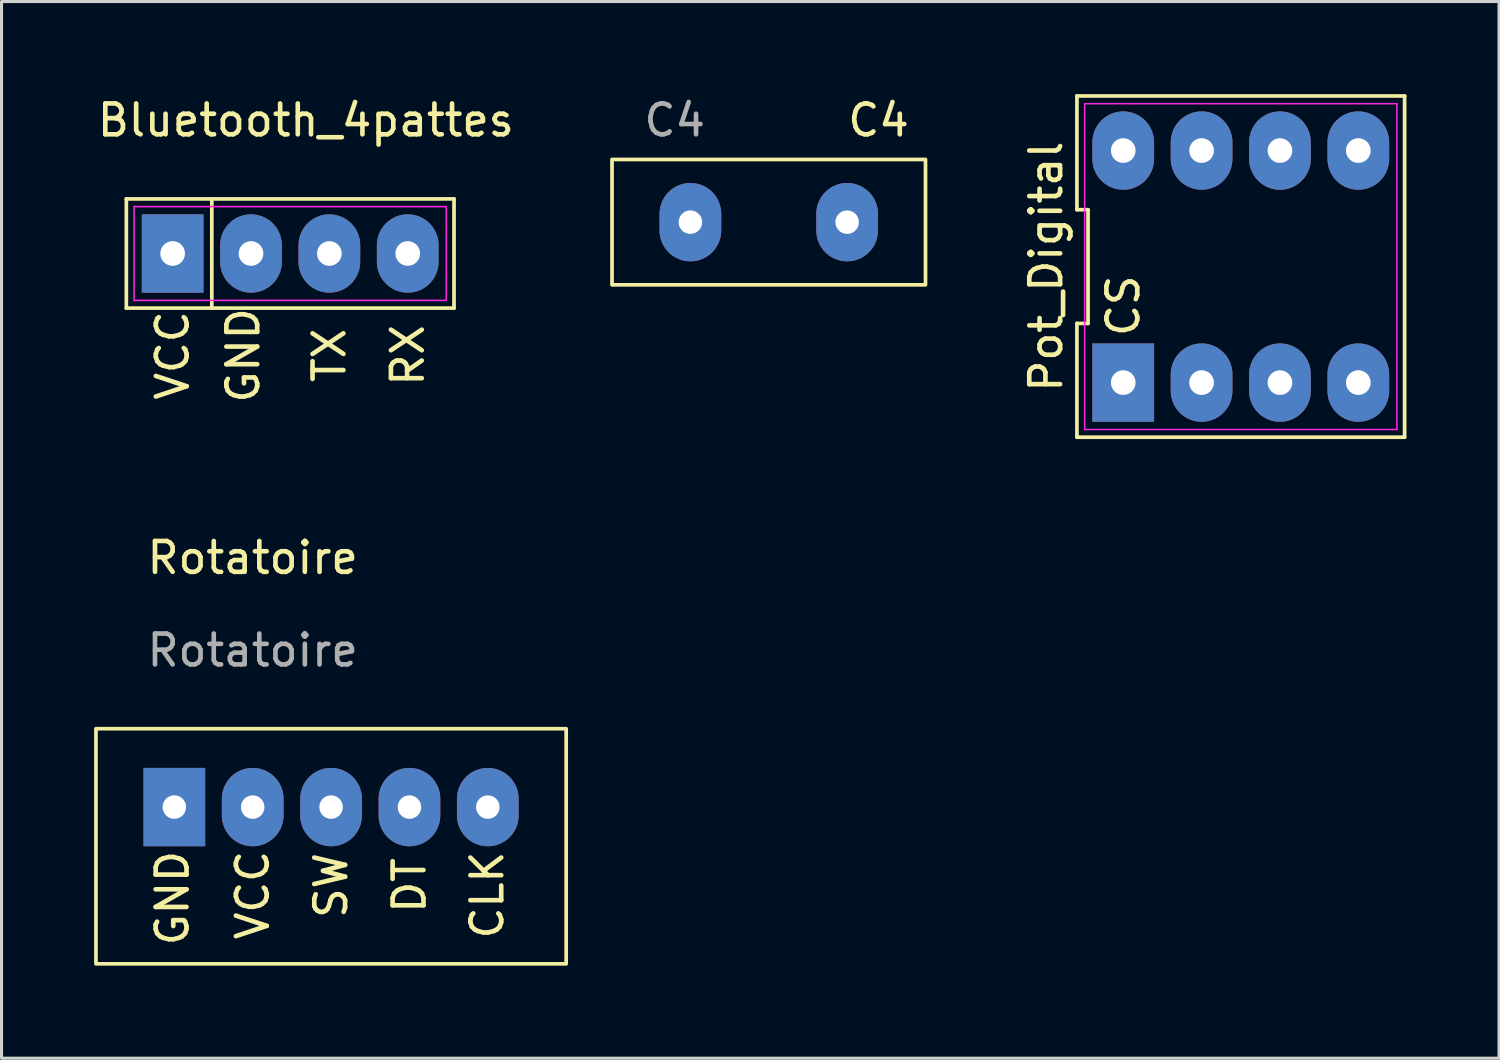
<source format=kicad_pcb>
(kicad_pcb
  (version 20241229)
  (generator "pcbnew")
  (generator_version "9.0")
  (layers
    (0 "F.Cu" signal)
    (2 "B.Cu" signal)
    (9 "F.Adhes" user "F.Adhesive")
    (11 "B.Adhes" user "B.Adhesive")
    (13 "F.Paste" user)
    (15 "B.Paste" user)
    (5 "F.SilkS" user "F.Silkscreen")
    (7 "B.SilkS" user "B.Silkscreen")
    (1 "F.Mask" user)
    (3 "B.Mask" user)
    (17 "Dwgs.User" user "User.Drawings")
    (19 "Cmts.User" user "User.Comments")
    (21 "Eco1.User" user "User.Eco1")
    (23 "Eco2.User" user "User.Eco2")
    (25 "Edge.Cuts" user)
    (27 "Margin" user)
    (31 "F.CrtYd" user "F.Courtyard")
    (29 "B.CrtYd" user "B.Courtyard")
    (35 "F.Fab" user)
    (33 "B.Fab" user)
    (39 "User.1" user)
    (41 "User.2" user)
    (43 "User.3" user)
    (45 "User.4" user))
  (footprint "Bluetooth_4pattes"
    (layer "F.Cu")
    (at 6.355 5.166)
    (property "Reference" "Bluetooth_4pattes" (at 0.508 -4.318 0) (layer "F.SilkS") (effects (font (size 1 1) (thickness 0.15))))
    (fp_line (start -5.31 -1.77) (end 5.31 -1.77) (stroke (width 0.12) (type solid)) (layer "F.SilkS"))
    (fp_line (start -5.31 1.77) (end -5.31 -1.77) (stroke (width 0.12) (type solid)) (layer "F.SilkS"))
    (fp_line (start -2.54 -1.77) (end -2.54 1.77) (stroke (width 0.12) (type solid)) (layer "F.SilkS"))
    (fp_line (start 5.31 -1.77) (end 5.31 1.77) (stroke (width 0.12) (type solid)) (layer "F.SilkS"))
    (fp_line (start 5.31 1.77) (end -5.31 1.77) (stroke (width 0.12) (type solid)) (layer "F.SilkS"))
    (fp_line (start -5.06 -1.52) (end 5.06 -1.52) (stroke (width 0.05) (type solid)) (layer "F.CrtYd"))
    (fp_line (start -5.06 1.52) (end -5.06 -1.52) (stroke (width 0.05) (type solid)) (layer "F.CrtYd"))
    (fp_line (start 5.06 -1.52) (end 5.06 1.52) (stroke (width 0.05) (type solid)) (layer "F.CrtYd"))
    (fp_line (start 5.06 1.52) (end -5.06 1.52) (stroke (width 0.05) (type solid)) (layer "F.CrtYd"))
    (fp_text user "RX" (at 3.81 3.302 90) (unlocked yes) (layer "F.SilkS") (effects (font (size 1 1) (thickness 0.15))))
    (fp_text user "VCC" (at -3.81 3.302 90) (unlocked yes) (layer "F.SilkS") (effects (font (size 1 1) (thickness 0.15))))
    (fp_text user "TX" (at 1.27 3.302 90) (unlocked yes) (layer "F.SilkS") (effects (font (size 1 1) (thickness 0.15))))
    (fp_text user "GND" (at -1.524 3.302 90) (unlocked yes) (layer "F.SilkS") (effects (font (size 1 1) (thickness 0.15))))
    (pad "1" thru_hole rect (at -3.81 0) (size 2 2.54) (drill 0.8) (layers "*.Cu" "*.Mask"))
    (pad "2" thru_hole oval (at -1.27 0) (size 2 2.54) (drill 0.8) (layers "*.Cu" "*.Mask"))
    (pad "3" thru_hole oval (at 1.27 0) (size 2 2.54) (drill 0.8) (layers "*.Cu" "*.Mask"))
    (pad "4" thru_hole oval (at 3.81 0) (size 2 2.54) (drill 0.8) (layers "*.Cu" "*.Mask")))
  (footprint "Pot_Digital"
    (layer "F.Cu")
    (at 37.164 5.59)
    (property "Reference" "Pot_Digital" (at -6.31 0 90) (layer "F.SilkS") (effects (font (size 1 1) (thickness 0.15))))
    (fp_line (start -5.31 -5.53) (end -5.31 -1.843) (stroke (width 0.12) (type solid)) (layer "F.SilkS"))
    (fp_line (start -5.31 -1.843) (end -4.95 -1.843) (stroke (width 0.12) (type solid)) (layer "F.SilkS"))
    (fp_line (start -5.31 1.843) (end -5.31 5.53) (stroke (width 0.12) (type solid)) (layer "F.SilkS"))
    (fp_line (start -5.31 5.53) (end 5.31 5.53) (stroke (width 0.12) (type solid)) (layer "F.SilkS"))
    (fp_line (start -4.95 -1.843) (end -4.95 1.843) (stroke (width 0.12) (type solid)) (layer "F.SilkS"))
    (fp_line (start -4.95 1.843) (end -5.31 1.843) (stroke (width 0.12) (type solid)) (layer "F.SilkS"))
    (fp_line (start 5.31 -5.53) (end -5.31 -5.53) (stroke (width 0.12) (type solid)) (layer "F.SilkS"))
    (fp_line (start 5.31 5.53) (end 5.31 -5.53) (stroke (width 0.12) (type solid)) (layer "F.SilkS"))
    (fp_line (start -5.06 -5.28) (end 5.06 -5.28) (stroke (width 0.05) (type solid)) (layer "F.CrtYd"))
    (fp_line (start -5.06 5.28) (end -5.06 -5.28) (stroke (width 0.05) (type solid)) (layer "F.CrtYd"))
    (fp_line (start 5.06 -5.28) (end 5.06 5.28) (stroke (width 0.05) (type solid)) (layer "F.CrtYd"))
    (fp_line (start 5.06 5.28) (end -5.06 5.28) (stroke (width 0.05) (type solid)) (layer "F.CrtYd"))
    (fp_text user "CS" (at -3.81 1.27 90) (unlocked yes) (layer "F.SilkS") (effects (font (size 1 1) (thickness 0.15))))
    (pad "1" thru_hole rect (at -3.81 3.76) (size 2 2.54) (drill 0.8) (layers "*.Cu" "*.Mask"))
    (pad "2" thru_hole oval (at -1.27 3.76) (size 2 2.54) (drill 0.8) (layers "*.Cu" "*.Mask"))
    (pad "3" thru_hole oval (at 1.27 3.76) (size 2 2.54) (drill 0.8) (layers "*.Cu" "*.Mask"))
    (pad "4" thru_hole oval (at 3.81 3.76) (size 2 2.54) (drill 0.8) (layers "*.Cu" "*.Mask"))
    (pad "5" thru_hole oval (at 3.81 -3.76) (size 2 2.54) (drill 0.8) (layers "*.Cu" "*.Mask"))
    (pad "6" thru_hole oval (at 1.27 -3.76) (size 2 2.54) (drill 0.8) (layers "*.Cu" "*.Mask"))
    (pad "7" thru_hole oval (at -1.27 -3.76) (size 2 2.54) (drill 0.8) (layers "*.Cu" "*.Mask"))
    (pad "8" thru_hole oval (at -3.81 -3.76) (size 2 2.54) (drill 0.8) (layers "*.Cu" "*.Mask")))
  (footprint "C4"
    (layer "F.Cu")
    (at 21.866 1.61)
    (property "Reference" "C4" (at 3.556 -0.762 0) (unlocked yes) (layer "F.SilkS") (effects (font (size 1 1) (thickness 0.15))))
    (attr through_hole)
    (fp_rect (start -5.08 0.508) (end 5.08 4.572) (stroke (width 0.12) (type solid)) (fill no) (layer "F.SilkS"))
    (fp_text user "${REFERENCE}" (at -3.048 -0.762 0) (unlocked yes) (layer "F.Fab") (effects (font (size 1 1) (thickness 0.15))))
    (pad "1" thru_hole oval (at -2.54 2.54) (size 2 2.54) (drill 0.762) (layers "*.Cu" "*.Mask"))
    (pad "2" thru_hole oval (at 2.54 2.54) (size 2 2.54) (drill 0.762) (layers "*.Cu" "*.Mask")))
  (footprint "Rotatoire"
    (layer "F.Cu")
    (at 5.14 23.108)
    (property "Reference" "Rotatoire" (at 0 -8.08 0) (unlocked yes) (layer "F.SilkS") (effects (font (size 1 1) (thickness 0.15))))
    (attr through_hole)
    (fp_rect (start -5.08 -2.54) (end 10.16 5.08) (stroke (width 0.12) (type solid)) (fill no) (layer "F.SilkS"))
    (fp_text user "SW" (at 2.54 2.54 90) (unlocked yes) (layer "F.SilkS") (effects (font (size 1 1) (thickness 0.15))))
    (fp_text user "GND" (at -2.6 2.95 90) (unlocked yes) (layer "F.SilkS") (effects (font (size 1 1) (thickness 0.15))))
    (fp_text user "DT" (at 5.08 2.54 90) (unlocked yes) (layer "F.SilkS") (effects (font (size 1 1) (thickness 0.15))))
    (fp_text user "VCC" (at 0 2.85 90) (unlocked yes) (layer "F.SilkS") (effects (font (size 1 1) (thickness 0.15))))
    (fp_text user "CLK" (at 7.6 2.85 90) (unlocked yes) (layer "F.SilkS") (effects (font (size 1 1) (thickness 0.15))))
    (fp_text user "${REFERENCE}" (at 0 -5.08 0) (unlocked yes) (layer "F.Fab") (effects (font (size 1 1) (thickness 0.15))))
    (pad "1" thru_hole rect (at -2.54 0) (size 2 2.54) (drill 0.762) (layers "*.Cu" "*.Mask"))
    (pad "2" thru_hole oval (at 0 0) (size 2 2.54) (drill 0.762) (layers "*.Cu" "*.Mask"))
    (pad "3" thru_hole oval (at 2.54 0) (size 2 2.54) (drill 0.762) (layers "*.Cu" "*.Mask"))
    (pad "4" thru_hole oval (at 5.08 0) (size 2 2.54) (drill 0.762) (layers "*.Cu" "*.Mask"))
    (pad "5" thru_hole oval (at 7.62 0) (size 2 2.54) (drill 0.762) (layers "*.Cu" "*.Mask")))
  (gr_rect
    (start -3 -3)
    (end 45.534 31.248)
    (stroke (width 0.1) (type default))
    (fill no)
    (layer "Edge.Cuts")))
</source>
